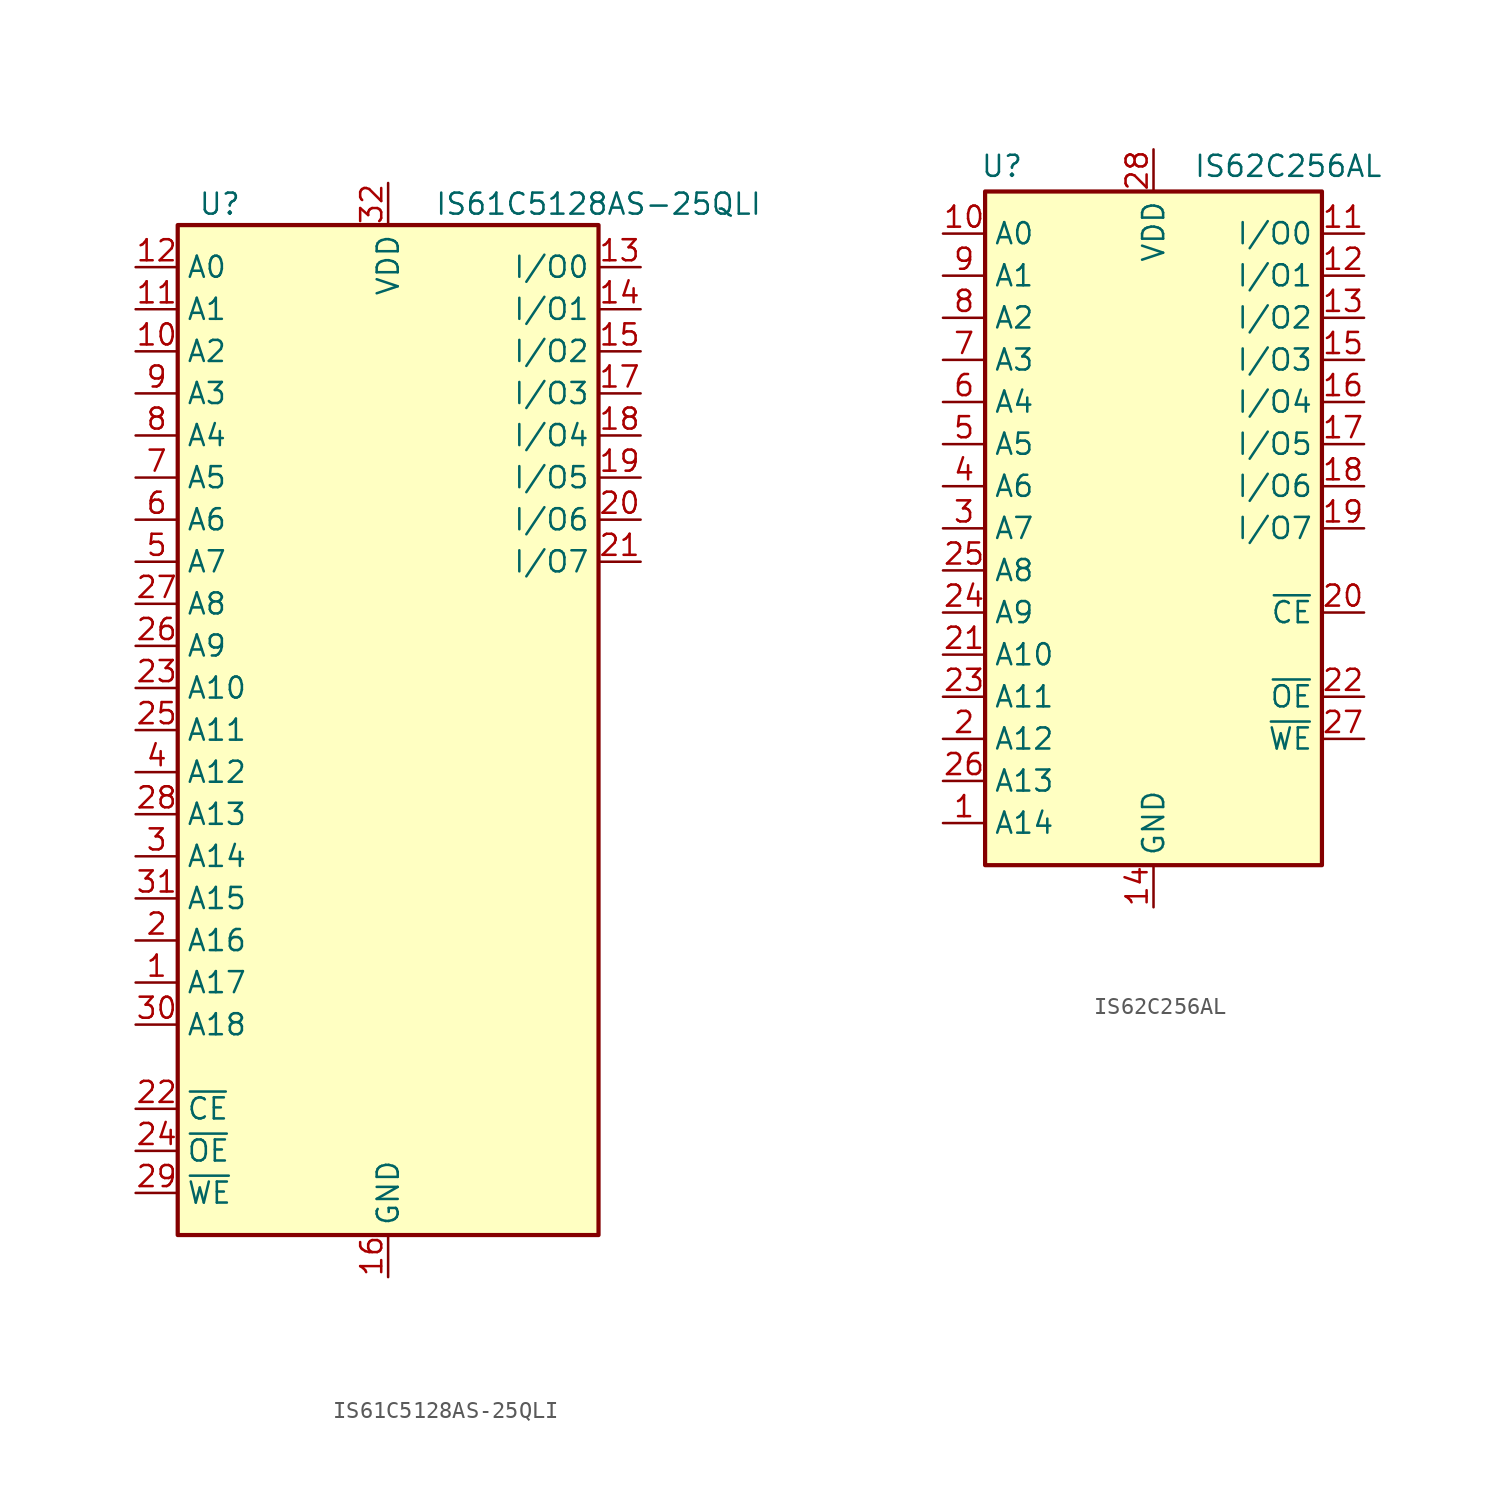
<source format=kicad_sym>
(kicad_symbol_lib
  (version 20231120)
  (generator "kicad_symbol_editor")
  (generator_version "8.0")
  (symbol "IS61C5128AS-25QLI"
    (property "Reference" "U"
      (at -10.16 31.75 0)
      (effects (font (size 1.27 1.27))))
    (property "Value" "IS61C5128AS-25QLI"
      (at 12.7 31.75 0)
      (effects (font (size 1.27 1.27))))
    (symbol "IS61C5128AS-25QLI_0_1"
      (rectangle (start -12.7 30.48) (end 12.7 -30.48) (stroke (width 0.254) (type default)) (fill (type background))))
    (symbol "IS61C5128AS-25QLI_1_1"
      (pin input line (at -15.24 -15.24 0) (length 2.54) (name "A17" (effects (font (size 1.27 1.27)))) (number "1" (effects (font (size 1.27 1.27)))))
      (pin input line (at -15.24 22.86 0) (length 2.54) (name "A2" (effects (font (size 1.27 1.27)))) (number "10" (effects (font (size 1.27 1.27)))))
      (pin input line (at -15.24 25.4 0) (length 2.54) (name "A1" (effects (font (size 1.27 1.27)))) (number "11" (effects (font (size 1.27 1.27)))))
      (pin input line (at -15.24 27.94 0) (length 2.54) (name "A0" (effects (font (size 1.27 1.27)))) (number "12" (effects (font (size 1.27 1.27)))))
      (pin bidirectional line (at 15.24 27.94 180) (length 2.54) (name "I/O0" (effects (font (size 1.27 1.27)))) (number "13" (effects (font (size 1.27 1.27)))))
      (pin bidirectional line (at 15.24 25.4 180) (length 2.54) (name "I/O1" (effects (font (size 1.27 1.27)))) (number "14" (effects (font (size 1.27 1.27)))))
      (pin bidirectional line (at 15.24 22.86 180) (length 2.54) (name "I/O2" (effects (font (size 1.27 1.27)))) (number "15" (effects (font (size 1.27 1.27)))))
      (pin power_in line (at 0 -33.02 90) (length 2.54) (name "GND" (effects (font (size 1.27 1.27)))) (number "16" (effects (font (size 1.27 1.27)))))
      (pin bidirectional line (at 15.24 20.32 180) (length 2.54) (name "I/O3" (effects (font (size 1.27 1.27)))) (number "17" (effects (font (size 1.27 1.27)))))
      (pin bidirectional line (at 15.24 17.78 180) (length 2.54) (name "I/O4" (effects (font (size 1.27 1.27)))) (number "18" (effects (font (size 1.27 1.27)))))
      (pin bidirectional line (at 15.24 15.24 180) (length 2.54) (name "I/O5" (effects (font (size 1.27 1.27)))) (number "19" (effects (font (size 1.27 1.27)))))
      (pin input line (at -15.24 -12.7 0) (length 2.54) (name "A16" (effects (font (size 1.27 1.27)))) (number "2" (effects (font (size 1.27 1.27)))))
      (pin bidirectional line (at 15.24 12.7 180) (length 2.54) (name "I/O6" (effects (font (size 1.27 1.27)))) (number "20" (effects (font (size 1.27 1.27)))))
      (pin bidirectional line (at 15.24 10.16 180) (length 2.54) (name "I/O7" (effects (font (size 1.27 1.27)))) (number "21" (effects (font (size 1.27 1.27)))))
      (pin input line (at -15.24 -22.86 0) (length 2.54) (name "~{CE}" (effects (font (size 1.27 1.27)))) (number "22" (effects (font (size 1.27 1.27)))))
      (pin input line (at -15.24 2.54 0) (length 2.54) (name "A10" (effects (font (size 1.27 1.27)))) (number "23" (effects (font (size 1.27 1.27)))))
      (pin input line (at -15.24 -25.4 0) (length 2.54) (name "~{OE}" (effects (font (size 1.27 1.27)))) (number "24" (effects (font (size 1.27 1.27)))))
      (pin input line (at -15.24 0 0) (length 2.54) (name "A11" (effects (font (size 1.27 1.27)))) (number "25" (effects (font (size 1.27 1.27)))))
      (pin input line (at -15.24 5.08 0) (length 2.54) (name "A9" (effects (font (size 1.27 1.27)))) (number "26" (effects (font (size 1.27 1.27)))))
      (pin input line (at -15.24 7.62 0) (length 2.54) (name "A8" (effects (font (size 1.27 1.27)))) (number "27" (effects (font (size 1.27 1.27)))))
      (pin input line (at -15.24 -5.08 0) (length 2.54) (name "A13" (effects (font (size 1.27 1.27)))) (number "28" (effects (font (size 1.27 1.27)))))
      (pin input line (at -15.24 -27.94 0) (length 2.54) (name "~{WE}" (effects (font (size 1.27 1.27)))) (number "29" (effects (font (size 1.27 1.27)))))
      (pin input line (at -15.24 -7.62 0) (length 2.54) (name "A14" (effects (font (size 1.27 1.27)))) (number "3" (effects (font (size 1.27 1.27)))))
      (pin input line (at -15.24 -17.78 0) (length 2.54) (name "A18" (effects (font (size 1.27 1.27)))) (number "30" (effects (font (size 1.27 1.27)))))
      (pin input line (at -15.24 -10.16 0) (length 2.54) (name "A15" (effects (font (size 1.27 1.27)))) (number "31" (effects (font (size 1.27 1.27)))))
      (pin power_in line (at 0 33.02 270) (length 2.54) (name "VDD" (effects (font (size 1.27 1.27)))) (number "32" (effects (font (size 1.27 1.27)))))
      (pin input line (at -15.24 -2.54 0) (length 2.54) (name "A12" (effects (font (size 1.27 1.27)))) (number "4" (effects (font (size 1.27 1.27)))))
      (pin input line (at -15.24 10.16 0) (length 2.54) (name "A7" (effects (font (size 1.27 1.27)))) (number "5" (effects (font (size 1.27 1.27)))))
      (pin input line (at -15.24 12.7 0) (length 2.54) (name "A6" (effects (font (size 1.27 1.27)))) (number "6" (effects (font (size 1.27 1.27)))))
      (pin input line (at -15.24 15.24 0) (length 2.54) (name "A5" (effects (font (size 1.27 1.27)))) (number "7" (effects (font (size 1.27 1.27)))))
      (pin input line (at -15.24 17.78 0) (length 2.54) (name "A4" (effects (font (size 1.27 1.27)))) (number "8" (effects (font (size 1.27 1.27)))))
      (pin input line (at -15.24 20.32 0) (length 2.54) (name "A3" (effects (font (size 1.27 1.27)))) (number "9" (effects (font (size 1.27 1.27)))))))
  (symbol "IS62C256AL"
    (property "Reference" "U"
      (at -9.144 21.844 0)
      (effects (font (size 1.27 1.27))))
    (property "Value" "IS62C256AL"
      (at 8.128 21.844 0)
      (effects (font (size 1.27 1.27))))
    (symbol "IS62C256AL_0_0"
      (pin power_in line (at 0 -22.86 90) (length 2.54) (name "GND" (effects (font (size 1.27 1.27)))) (number "14" (effects (font (size 1.27 1.27))))))
    (symbol "IS62C256AL_0_1"
      (rectangle (start -10.16 20.32) (end 10.16 -20.32) (stroke (width 0.254) (type default)) (fill (type background))))
    (symbol "IS62C256AL_1_0"
      (pin power_in line (at 0 22.86 270) (length 2.54) (name "VDD" (effects (font (size 1.27 1.27)))) (number "28" (effects (font (size 1.27 1.27))))))
    (symbol "IS62C256AL_1_1"
      (pin input line (at -12.7 -17.78 0) (length 2.54) (name "A14" (effects (font (size 1.27 1.27)))) (number "1" (effects (font (size 1.27 1.27)))))
      (pin input line (at -12.7 17.78 0) (length 2.54) (name "A0" (effects (font (size 1.27 1.27)))) (number "10" (effects (font (size 1.27 1.27)))))
      (pin tri_state line (at 12.7 17.78 180) (length 2.54) (name "I/O0" (effects (font (size 1.27 1.27)))) (number "11" (effects (font (size 1.27 1.27)))))
      (pin tri_state line (at 12.7 15.24 180) (length 2.54) (name "I/O1" (effects (font (size 1.27 1.27)))) (number "12" (effects (font (size 1.27 1.27)))))
      (pin tri_state line (at 12.7 12.7 180) (length 2.54) (name "I/O2" (effects (font (size 1.27 1.27)))) (number "13" (effects (font (size 1.27 1.27)))))
      (pin tri_state line (at 12.7 10.16 180) (length 2.54) (name "I/O3" (effects (font (size 1.27 1.27)))) (number "15" (effects (font (size 1.27 1.27)))))
      (pin tri_state line (at 12.7 7.62 180) (length 2.54) (name "I/O4" (effects (font (size 1.27 1.27)))) (number "16" (effects (font (size 1.27 1.27)))))
      (pin tri_state line (at 12.7 5.08 180) (length 2.54) (name "I/O5" (effects (font (size 1.27 1.27)))) (number "17" (effects (font (size 1.27 1.27)))))
      (pin tri_state line (at 12.7 2.54 180) (length 2.54) (name "I/O6" (effects (font (size 1.27 1.27)))) (number "18" (effects (font (size 1.27 1.27)))))
      (pin tri_state line (at 12.7 0 180) (length 2.54) (name "I/O7" (effects (font (size 1.27 1.27)))) (number "19" (effects (font (size 1.27 1.27)))))
      (pin input line (at -12.7 -12.7 0) (length 2.54) (name "A12" (effects (font (size 1.27 1.27)))) (number "2" (effects (font (size 1.27 1.27)))))
      (pin input line (at 12.7 -5.08 180) (length 2.54) (name "~{CE}" (effects (font (size 1.27 1.27)))) (number "20" (effects (font (size 1.27 1.27)))))
      (pin input line (at -12.7 -7.62 0) (length 2.54) (name "A10" (effects (font (size 1.27 1.27)))) (number "21" (effects (font (size 1.27 1.27)))))
      (pin input line (at 12.7 -10.16 180) (length 2.54) (name "~{OE}" (effects (font (size 1.27 1.27)))) (number "22" (effects (font (size 1.27 1.27)))))
      (pin input line (at -12.7 -10.16 0) (length 2.54) (name "A11" (effects (font (size 1.27 1.27)))) (number "23" (effects (font (size 1.27 1.27)))))
      (pin input line (at -12.7 -5.08 0) (length 2.54) (name "A9" (effects (font (size 1.27 1.27)))) (number "24" (effects (font (size 1.27 1.27)))))
      (pin input line (at -12.7 -2.54 0) (length 2.54) (name "A8" (effects (font (size 1.27 1.27)))) (number "25" (effects (font (size 1.27 1.27)))))
      (pin input line (at -12.7 -15.24 0) (length 2.54) (name "A13" (effects (font (size 1.27 1.27)))) (number "26" (effects (font (size 1.27 1.27)))))
      (pin input line (at 12.7 -12.7 180) (length 2.54) (name "~{WE}" (effects (font (size 1.27 1.27)))) (number "27" (effects (font (size 1.27 1.27)))))
      (pin input line (at -12.7 0 0) (length 2.54) (name "A7" (effects (font (size 1.27 1.27)))) (number "3" (effects (font (size 1.27 1.27)))))
      (pin input line (at -12.7 2.54 0) (length 2.54) (name "A6" (effects (font (size 1.27 1.27)))) (number "4" (effects (font (size 1.27 1.27)))))
      (pin input line (at -12.7 5.08 0) (length 2.54) (name "A5" (effects (font (size 1.27 1.27)))) (number "5" (effects (font (size 1.27 1.27)))))
      (pin input line (at -12.7 7.62 0) (length 2.54) (name "A4" (effects (font (size 1.27 1.27)))) (number "6" (effects (font (size 1.27 1.27)))))
      (pin input line (at -12.7 10.16 0) (length 2.54) (name "A3" (effects (font (size 1.27 1.27)))) (number "7" (effects (font (size 1.27 1.27)))))
      (pin input line (at -12.7 12.7 0) (length 2.54) (name "A2" (effects (font (size 1.27 1.27)))) (number "8" (effects (font (size 1.27 1.27)))))
      (pin input line (at -12.7 15.24 0) (length 2.54) (name "A1" (effects (font (size 1.27 1.27)))) (number "9" (effects (font (size 1.27 1.27))))))))
</source>
